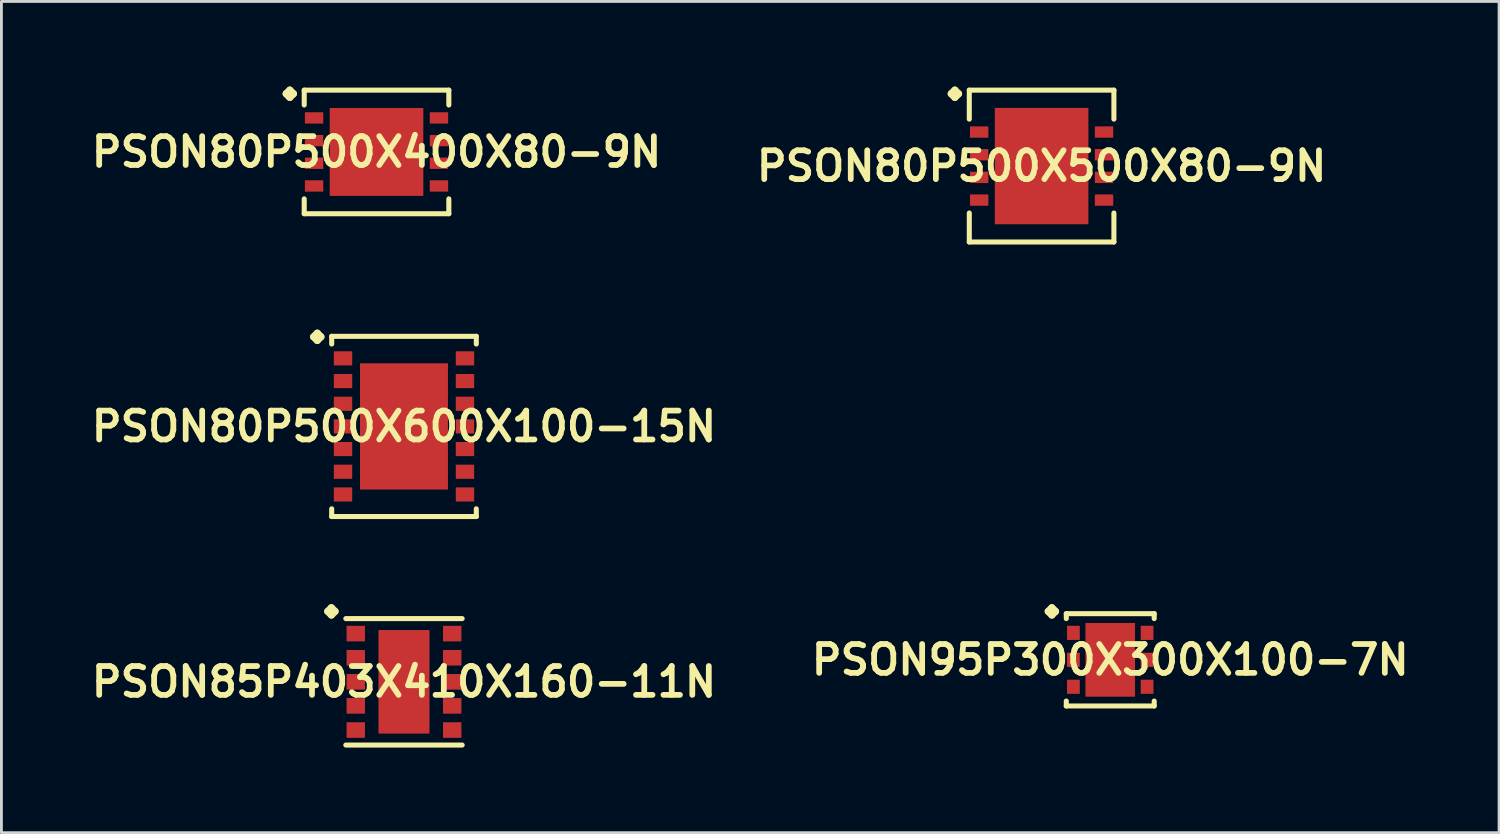
<source format=kicad_pcb>
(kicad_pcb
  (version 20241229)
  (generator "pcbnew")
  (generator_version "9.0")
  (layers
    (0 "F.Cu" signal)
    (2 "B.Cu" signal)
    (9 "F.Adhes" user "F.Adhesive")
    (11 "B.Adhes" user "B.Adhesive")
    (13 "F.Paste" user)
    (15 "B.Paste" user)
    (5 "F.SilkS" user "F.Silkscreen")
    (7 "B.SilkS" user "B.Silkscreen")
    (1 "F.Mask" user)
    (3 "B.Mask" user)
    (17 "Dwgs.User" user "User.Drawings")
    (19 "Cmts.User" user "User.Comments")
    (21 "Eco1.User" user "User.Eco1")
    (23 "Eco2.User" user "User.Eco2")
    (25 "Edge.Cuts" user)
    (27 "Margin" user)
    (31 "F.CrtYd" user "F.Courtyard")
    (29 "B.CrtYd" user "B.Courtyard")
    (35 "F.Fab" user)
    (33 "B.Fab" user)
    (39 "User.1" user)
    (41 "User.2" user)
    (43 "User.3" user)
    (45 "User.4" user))
  (footprint "PSON95P300X300X100-7N"
    (layer "F.Cu")
    (at 36.073 20.201)
    (property "Reference" "PSON95P300X300X100-7N" (at 0 0 0) (layer "F.SilkS") (effects (font (size 1.016 1.016) (thickness 0.203))))
    (attr smd)
    (fp_line (start -2.184 -1.707) (end -2.057 -1.834) (stroke (width 0.254) (type solid)) (layer "F.SilkS"))
    (fp_line (start -2.057 -1.834) (end -1.93 -1.707) (stroke (width 0.254) (type solid)) (layer "F.SilkS"))
    (fp_line (start -2.057 -1.58) (end -2.184 -1.707) (stroke (width 0.254) (type solid)) (layer "F.SilkS"))
    (fp_line (start -1.93 -1.707) (end -2.057 -1.58) (stroke (width 0.254) (type solid)) (layer "F.SilkS"))
    (fp_line (start -1.549 -1.626) (end 1.549 -1.626) (stroke (width 0.178) (type solid)) (layer "F.SilkS"))
    (fp_line (start -1.549 -1.453) (end -1.549 -1.626) (stroke (width 0.178) (type solid)) (layer "F.SilkS"))
    (fp_line (start -1.549 1.453) (end -1.549 1.626) (stroke (width 0.178) (type solid)) (layer "F.SilkS"))
    (fp_line (start -1.549 1.626) (end 1.549 1.626) (stroke (width 0.178) (type solid)) (layer "F.SilkS"))
    (fp_line (start 1.549 -1.626) (end 1.549 -1.453) (stroke (width 0.178) (type solid)) (layer "F.SilkS"))
    (fp_line (start 1.549 1.626) (end 1.549 1.453) (stroke (width 0.178) (type solid)) (layer "F.SilkS"))
    (pad "1" smd rect (at -1.298 -0.95) (size 0.45 0.498) (layers "F.Cu" "F.Mask" "F.Paste"))
    (pad "2" smd rect (at -1.298 0) (size 0.45 0.498) (layers "F.Cu" "F.Mask" "F.Paste"))
    (pad "3" smd rect (at -1.298 0.95) (size 0.45 0.498) (layers "F.Cu" "F.Mask" "F.Paste"))
    (pad "4" smd rect (at 1.298 0.95) (size 0.45 0.498) (layers "F.Cu" "F.Mask" "F.Paste"))
    (pad "5" smd rect (at 1.298 0) (size 0.45 0.498) (layers "F.Cu" "F.Mask" "F.Paste"))
    (pad "6" smd rect (at 1.298 -0.95) (size 0.45 0.498) (layers "F.Cu" "F.Mask" "F.Paste"))
    (pad "7" smd rect (at 0 0) (size 1.748 2.598) (layers "F.Cu" "F.Mask" "F.Paste")))
  (footprint "PSON80P500X500X80-9N"
    (layer "F.Cu")
    (at 33.654 2.802)
    (property "Reference" "PSON80P500X500X80-9N" (at 0 0 0) (layer "F.SilkS") (effects (font (size 1.016 1.016) (thickness 0.203))))
    (attr smd)
    (fp_line (start -3.183 -2.548) (end -3.056 -2.675) (stroke (width 0.254) (type solid)) (layer "F.SilkS"))
    (fp_line (start -3.056 -2.675) (end -2.929 -2.548) (stroke (width 0.254) (type solid)) (layer "F.SilkS"))
    (fp_line (start -3.056 -2.421) (end -3.183 -2.548) (stroke (width 0.254) (type solid)) (layer "F.SilkS"))
    (fp_line (start -2.929 -2.548) (end -3.056 -2.421) (stroke (width 0.254) (type solid)) (layer "F.SilkS"))
    (fp_line (start -2.548 -2.675) (end 2.548 -2.675) (stroke (width 0.178) (type solid)) (layer "F.SilkS"))
    (fp_line (start -2.548 -1.654) (end -2.548 -2.675) (stroke (width 0.178) (type solid)) (layer "F.SilkS"))
    (fp_line (start -2.548 1.654) (end -2.548 2.675) (stroke (width 0.178) (type solid)) (layer "F.SilkS"))
    (fp_line (start -2.548 2.675) (end 2.548 2.675) (stroke (width 0.178) (type solid)) (layer "F.SilkS"))
    (fp_line (start 2.548 -2.675) (end 2.548 -1.654) (stroke (width 0.178) (type solid)) (layer "F.SilkS"))
    (fp_line (start 2.548 2.675) (end 2.548 1.654) (stroke (width 0.178) (type solid)) (layer "F.SilkS"))
    (pad "1" smd rect (at -2.2 -1.199) (size 0.648 0.399) (layers "F.Cu" "F.Mask" "F.Paste"))
    (pad "2" smd rect (at -2.2 -0.399) (size 0.648 0.399) (layers "F.Cu" "F.Mask" "F.Paste"))
    (pad "3" smd rect (at -2.2 0.399) (size 0.648 0.399) (layers "F.Cu" "F.Mask" "F.Paste"))
    (pad "4" smd rect (at -2.2 1.199) (size 0.648 0.399) (layers "F.Cu" "F.Mask" "F.Paste"))
    (pad "5" smd rect (at 2.2 1.199) (size 0.648 0.399) (layers "F.Cu" "F.Mask" "F.Paste"))
    (pad "6" smd rect (at 2.2 0.399) (size 0.648 0.399) (layers "F.Cu" "F.Mask" "F.Paste"))
    (pad "7" smd rect (at 2.2 -0.399) (size 0.648 0.399) (layers "F.Cu" "F.Mask" "F.Paste"))
    (pad "8" smd rect (at 2.2 -1.199) (size 0.648 0.399) (layers "F.Cu" "F.Mask" "F.Paste"))
    (pad "9" smd rect (at 0 0) (size 3.299 4.1) (layers "F.Cu" "F.Mask" "F.Paste")))
  (footprint "PSON85P403X410X160-11N"
    (layer "F.Cu")
    (at 11.186 20.976)
    (property "Reference" "PSON85P403X410X160-11N" (at 0 0 0) (layer "F.SilkS") (effects (font (size 1.016 1.016) (thickness 0.203))))
    (attr smd)
    (fp_line (start -2.685 -2.482) (end -2.558 -2.609) (stroke (width 0.254) (type solid)) (layer "F.SilkS"))
    (fp_line (start -2.558 -2.609) (end -2.431 -2.482) (stroke (width 0.254) (type solid)) (layer "F.SilkS"))
    (fp_line (start -2.558 -2.355) (end -2.685 -2.482) (stroke (width 0.254) (type solid)) (layer "F.SilkS"))
    (fp_line (start -2.431 -2.482) (end -2.558 -2.355) (stroke (width 0.254) (type solid)) (layer "F.SilkS"))
    (fp_line (start -2.05 -2.228) (end 2.05 -2.228) (stroke (width 0.178) (type solid)) (layer "F.SilkS"))
    (fp_line (start -2.05 2.228) (end 2.05 2.228) (stroke (width 0.178) (type solid)) (layer "F.SilkS"))
    (pad "1" smd rect (at -1.699 -1.699) (size 0.648 0.549) (layers "F.Cu" "F.Mask" "F.Paste"))
    (pad "2" smd rect (at -1.699 -0.848) (size 0.648 0.549) (layers "F.Cu" "F.Mask" "F.Paste"))
    (pad "3" smd rect (at -1.699 0) (size 0.648 0.549) (layers "F.Cu" "F.Mask" "F.Paste"))
    (pad "4" smd rect (at -1.699 0.848) (size 0.648 0.549) (layers "F.Cu" "F.Mask" "F.Paste"))
    (pad "5" smd rect (at -1.699 1.699) (size 0.648 0.549) (layers "F.Cu" "F.Mask" "F.Paste"))
    (pad "6" smd rect (at 1.699 1.699) (size 0.648 0.549) (layers "F.Cu" "F.Mask" "F.Paste"))
    (pad "7" smd rect (at 1.699 0.848) (size 0.648 0.549) (layers "F.Cu" "F.Mask" "F.Paste"))
    (pad "8" smd rect (at 1.699 0) (size 0.648 0.549) (layers "F.Cu" "F.Mask" "F.Paste"))
    (pad "9" smd rect (at 1.699 -0.848) (size 0.648 0.549) (layers "F.Cu" "F.Mask" "F.Paste"))
    (pad "10" smd rect (at 1.699 -1.699) (size 0.648 0.549) (layers "F.Cu" "F.Mask" "F.Paste"))
    (pad "11" smd rect (at 0 0) (size 1.798 3.65) (layers "F.Cu" "F.Mask" "F.Paste")))
  (footprint "PSON80P500X400X80-9N"
    (layer "F.Cu")
    (at 10.218 2.304)
    (property "Reference" "PSON80P500X400X80-9N" (at 0 0 0) (layer "F.SilkS") (effects (font (size 1.016 1.016) (thickness 0.203))))
    (attr smd)
    (fp_line (start -3.183 -2.05) (end -3.056 -2.177) (stroke (width 0.254) (type solid)) (layer "F.SilkS"))
    (fp_line (start -3.056 -2.177) (end -2.929 -2.05) (stroke (width 0.254) (type solid)) (layer "F.SilkS"))
    (fp_line (start -3.056 -1.923) (end -3.183 -2.05) (stroke (width 0.254) (type solid)) (layer "F.SilkS"))
    (fp_line (start -2.929 -2.05) (end -3.056 -1.923) (stroke (width 0.254) (type solid)) (layer "F.SilkS"))
    (fp_line (start -2.548 -2.177) (end 2.548 -2.177) (stroke (width 0.178) (type solid)) (layer "F.SilkS"))
    (fp_line (start -2.548 -1.654) (end -2.548 -2.177) (stroke (width 0.178) (type solid)) (layer "F.SilkS"))
    (fp_line (start -2.548 1.654) (end -2.548 2.177) (stroke (width 0.178) (type solid)) (layer "F.SilkS"))
    (fp_line (start -2.548 2.177) (end 2.548 2.177) (stroke (width 0.178) (type solid)) (layer "F.SilkS"))
    (fp_line (start 2.548 -2.177) (end 2.548 -1.654) (stroke (width 0.178) (type solid)) (layer "F.SilkS"))
    (fp_line (start 2.548 2.177) (end 2.548 1.654) (stroke (width 0.178) (type solid)) (layer "F.SilkS"))
    (pad "1" smd rect (at -2.2 -1.199) (size 0.648 0.399) (layers "F.Cu" "F.Mask" "F.Paste"))
    (pad "2" smd rect (at -2.2 -0.399) (size 0.648 0.399) (layers "F.Cu" "F.Mask" "F.Paste"))
    (pad "3" smd rect (at -2.2 0.399) (size 0.648 0.399) (layers "F.Cu" "F.Mask" "F.Paste"))
    (pad "4" smd rect (at -2.2 1.199) (size 0.648 0.399) (layers "F.Cu" "F.Mask" "F.Paste"))
    (pad "5" smd rect (at 2.2 1.199) (size 0.648 0.399) (layers "F.Cu" "F.Mask" "F.Paste"))
    (pad "6" smd rect (at 2.2 0.399) (size 0.648 0.399) (layers "F.Cu" "F.Mask" "F.Paste"))
    (pad "7" smd rect (at 2.2 -0.399) (size 0.648 0.399) (layers "F.Cu" "F.Mask" "F.Paste"))
    (pad "8" smd rect (at 2.2 -1.199) (size 0.648 0.399) (layers "F.Cu" "F.Mask" "F.Paste"))
    (pad "9" smd rect (at 0 0) (size 3.299 3.099) (layers "F.Cu" "F.Mask" "F.Paste")))
  (footprint "PSON80P500X600X100-15N"
    (layer "F.Cu")
    (at 11.186 11.976)
    (property "Reference" "PSON80P500X600X100-15N" (at 0 0 0) (layer "F.SilkS") (effects (font (size 1.016 1.016) (thickness 0.203))))
    (attr smd)
    (fp_line (start -3.183 -3.157) (end -3.056 -3.284) (stroke (width 0.254) (type solid)) (layer "F.SilkS"))
    (fp_line (start -3.056 -3.284) (end -2.929 -3.157) (stroke (width 0.254) (type solid)) (layer "F.SilkS"))
    (fp_line (start -3.056 -3.03) (end -3.183 -3.157) (stroke (width 0.254) (type solid)) (layer "F.SilkS"))
    (fp_line (start -2.929 -3.157) (end -3.056 -3.03) (stroke (width 0.254) (type solid)) (layer "F.SilkS"))
    (fp_line (start -2.548 -3.175) (end 2.548 -3.175) (stroke (width 0.178) (type solid)) (layer "F.SilkS"))
    (fp_line (start -2.548 -2.903) (end -2.548 -3.175) (stroke (width 0.178) (type solid)) (layer "F.SilkS"))
    (fp_line (start -2.548 2.903) (end -2.548 3.175) (stroke (width 0.178) (type solid)) (layer "F.SilkS"))
    (fp_line (start -2.548 3.175) (end 2.548 3.175) (stroke (width 0.178) (type solid)) (layer "F.SilkS"))
    (fp_line (start 2.548 -3.175) (end 2.548 -2.903) (stroke (width 0.178) (type solid)) (layer "F.SilkS"))
    (fp_line (start 2.548 3.175) (end 2.548 2.903) (stroke (width 0.178) (type solid)) (layer "F.SilkS"))
    (pad "1" smd rect (at -2.149 -2.398) (size 0.648 0.498) (layers "F.Cu" "F.Mask" "F.Paste"))
    (pad "2" smd rect (at -2.149 -1.598) (size 0.648 0.498) (layers "F.Cu" "F.Mask" "F.Paste"))
    (pad "3" smd rect (at -2.149 -0.798) (size 0.648 0.498) (layers "F.Cu" "F.Mask" "F.Paste"))
    (pad "4" smd rect (at -2.149 0) (size 0.648 0.498) (layers "F.Cu" "F.Mask" "F.Paste"))
    (pad "5" smd rect (at -2.149 0.798) (size 0.648 0.498) (layers "F.Cu" "F.Mask" "F.Paste"))
    (pad "6" smd rect (at -2.149 1.598) (size 0.648 0.498) (layers "F.Cu" "F.Mask" "F.Paste"))
    (pad "7" smd rect (at -2.149 2.398) (size 0.648 0.498) (layers "F.Cu" "F.Mask" "F.Paste"))
    (pad "8" smd rect (at 2.149 2.398) (size 0.648 0.498) (layers "F.Cu" "F.Mask" "F.Paste"))
    (pad "9" smd rect (at 2.149 1.598) (size 0.648 0.498) (layers "F.Cu" "F.Mask" "F.Paste"))
    (pad "10" smd rect (at 2.149 0.798) (size 0.648 0.498) (layers "F.Cu" "F.Mask" "F.Paste"))
    (pad "11" smd rect (at 2.149 0) (size 0.648 0.498) (layers "F.Cu" "F.Mask" "F.Paste"))
    (pad "12" smd rect (at 2.149 -0.798) (size 0.648 0.498) (layers "F.Cu" "F.Mask" "F.Paste"))
    (pad "13" smd rect (at 2.149 -1.598) (size 0.648 0.498) (layers "F.Cu" "F.Mask" "F.Paste"))
    (pad "14" smd rect (at 2.149 -2.398) (size 0.648 0.498) (layers "F.Cu" "F.Mask" "F.Paste"))
    (pad "15" smd rect (at 0 0) (size 3.099 4.448) (layers "F.Cu" "F.Mask" "F.Paste")))
  (gr_rect
    (start -3 -3)
    (end 49.775 26.292)
    (stroke (width 0.1) (type default))
    (fill no)
    (layer "Edge.Cuts")))
</source>
